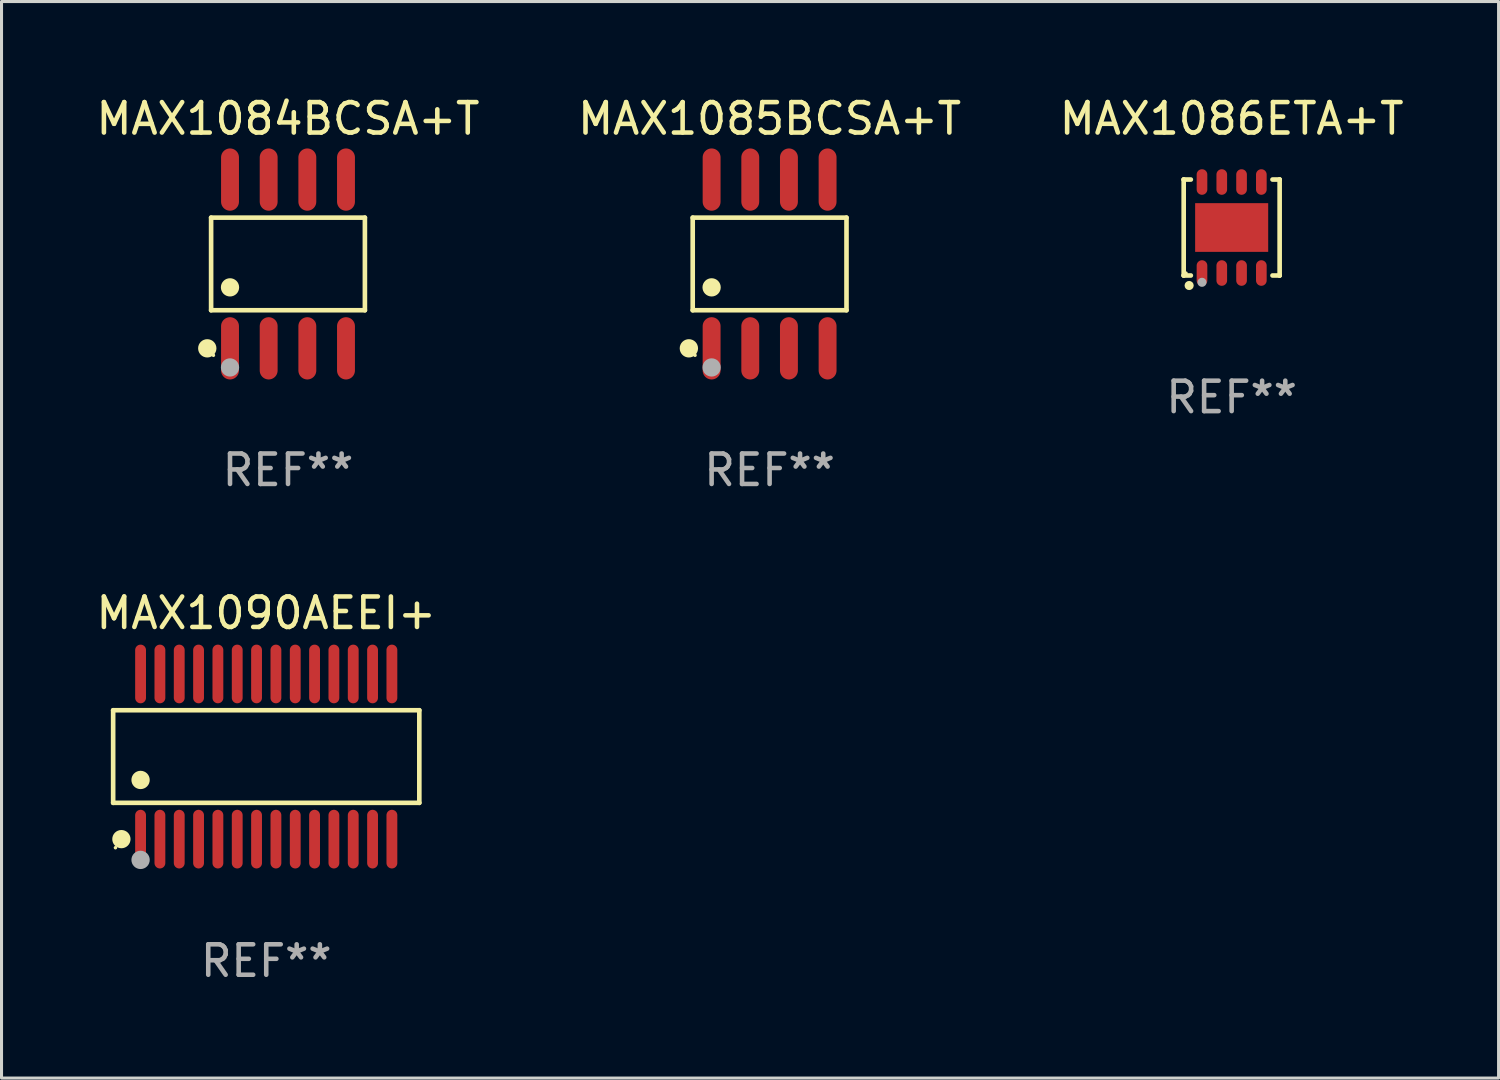
<source format=kicad_pcb>
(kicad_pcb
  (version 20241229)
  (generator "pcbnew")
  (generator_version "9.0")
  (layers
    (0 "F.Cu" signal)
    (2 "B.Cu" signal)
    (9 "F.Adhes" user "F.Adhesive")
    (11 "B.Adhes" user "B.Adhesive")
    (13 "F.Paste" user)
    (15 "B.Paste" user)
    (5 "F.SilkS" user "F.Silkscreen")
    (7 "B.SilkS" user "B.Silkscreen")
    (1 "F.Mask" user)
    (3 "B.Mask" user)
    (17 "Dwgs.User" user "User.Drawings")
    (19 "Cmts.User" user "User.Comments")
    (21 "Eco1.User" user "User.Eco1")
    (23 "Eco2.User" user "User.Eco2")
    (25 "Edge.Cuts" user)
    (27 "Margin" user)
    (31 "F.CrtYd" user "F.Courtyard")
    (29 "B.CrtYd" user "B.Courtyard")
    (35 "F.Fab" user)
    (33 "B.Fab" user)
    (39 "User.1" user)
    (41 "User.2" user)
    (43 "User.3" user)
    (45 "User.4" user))
  (footprint "MAX1085BCSA+T"
    (layer "F.Cu")
    (at 22.232 5.621)
    (property "Reference" "MAX1085BCSA+T" (at 0 -4.772 0) (layer "F.SilkS") (effects (font (size 1 1) (thickness 0.15))))
    (attr through_hole)
    (fp_line (start -2.526 -1.521) (end 2.526 -1.521) (stroke (width 0.152) (type solid)) (layer "F.SilkS"))
    (fp_line (start -2.526 1.521) (end -2.526 -1.521) (stroke (width 0.152) (type solid)) (layer "F.SilkS"))
    (fp_line (start 2.526 -1.521) (end 2.526 1.521) (stroke (width 0.152) (type solid)) (layer "F.SilkS"))
    (fp_line (start 2.526 1.521) (end -2.526 1.521) (stroke (width 0.152) (type solid)) (layer "F.SilkS"))
    (fp_circle (center -2.652 2.772) (end -2.501 2.772) (stroke (width 0.3) (type solid)) (fill no) (layer "F.SilkS"))
    (fp_circle (center -2.45 3) (end -2.42 3) (stroke (width 0.06) (type solid)) (fill no) (layer "F.SilkS"))
    (fp_circle (center -1.905 0.769) (end -1.755 0.769) (stroke (width 0.3) (type solid)) (fill no) (layer "F.SilkS"))
    (fp_circle (center -1.905 3.4) (end -1.755 3.4) (stroke (width 0.3) (type solid)) (fill no) (layer "F.Fab"))
    (fp_text user "REF**" (at 0 6.772 0) (layer "F.Fab") (effects (font (size 1 1) (thickness 0.15))))
    (pad "1" smd oval (at -1.905 2.772) (size 0.588 2.045) (layers "F.Cu" "F.Mask" "F.Paste"))
    (pad "2" smd oval (at -0.635 2.772) (size 0.588 2.045) (layers "F.Cu" "F.Mask" "F.Paste"))
    (pad "3" smd oval (at 0.635 2.772) (size 0.588 2.045) (layers "F.Cu" "F.Mask" "F.Paste"))
    (pad "4" smd oval (at 1.905 2.772) (size 0.588 2.045) (layers "F.Cu" "F.Mask" "F.Paste"))
    (pad "5" smd oval (at 1.905 -2.772) (size 0.588 2.045) (layers "F.Cu" "F.Mask" "F.Paste"))
    (pad "6" smd oval (at 0.635 -2.772) (size 0.588 2.045) (layers "F.Cu" "F.Mask" "F.Paste"))
    (pad "7" smd oval (at -0.635 -2.772) (size 0.588 2.045) (layers "F.Cu" "F.Mask" "F.Paste"))
    (pad "8" smd oval (at -1.905 -2.772) (size 0.588 2.045) (layers "F.Cu" "F.Mask" "F.Paste")))
  (footprint "MAX1084BCSA+T"
    (layer "F.Cu")
    (at 6.411 5.621)
    (property "Reference" "MAX1084BCSA+T" (at 0 -4.772 0) (layer "F.SilkS") (effects (font (size 1 1) (thickness 0.15))))
    (attr through_hole)
    (fp_line (start -2.526 -1.521) (end 2.526 -1.521) (stroke (width 0.152) (type solid)) (layer "F.SilkS"))
    (fp_line (start -2.526 1.521) (end -2.526 -1.521) (stroke (width 0.152) (type solid)) (layer "F.SilkS"))
    (fp_line (start 2.526 -1.521) (end 2.526 1.521) (stroke (width 0.152) (type solid)) (layer "F.SilkS"))
    (fp_line (start 2.526 1.521) (end -2.526 1.521) (stroke (width 0.152) (type solid)) (layer "F.SilkS"))
    (fp_circle (center -2.652 2.772) (end -2.501 2.772) (stroke (width 0.3) (type solid)) (fill no) (layer "F.SilkS"))
    (fp_circle (center -2.45 3) (end -2.42 3) (stroke (width 0.06) (type solid)) (fill no) (layer "F.SilkS"))
    (fp_circle (center -1.905 0.769) (end -1.755 0.769) (stroke (width 0.3) (type solid)) (fill no) (layer "F.SilkS"))
    (fp_circle (center -1.905 3.4) (end -1.755 3.4) (stroke (width 0.3) (type solid)) (fill no) (layer "F.Fab"))
    (fp_text user "REF**" (at 0 6.772 0) (layer "F.Fab") (effects (font (size 1 1) (thickness 0.15))))
    (pad "1" smd oval (at -1.905 2.772) (size 0.588 2.045) (layers "F.Cu" "F.Mask" "F.Paste"))
    (pad "2" smd oval (at -0.635 2.772) (size 0.588 2.045) (layers "F.Cu" "F.Mask" "F.Paste"))
    (pad "3" smd oval (at 0.635 2.772) (size 0.588 2.045) (layers "F.Cu" "F.Mask" "F.Paste"))
    (pad "4" smd oval (at 1.905 2.772) (size 0.588 2.045) (layers "F.Cu" "F.Mask" "F.Paste"))
    (pad "5" smd oval (at 1.905 -2.772) (size 0.588 2.045) (layers "F.Cu" "F.Mask" "F.Paste"))
    (pad "6" smd oval (at 0.635 -2.772) (size 0.588 2.045) (layers "F.Cu" "F.Mask" "F.Paste"))
    (pad "7" smd oval (at -0.635 -2.772) (size 0.588 2.045) (layers "F.Cu" "F.Mask" "F.Paste"))
    (pad "8" smd oval (at -1.905 -2.772) (size 0.588 2.045) (layers "F.Cu" "F.Mask" "F.Paste")))
  (footprint "MAX1090AEEI+"
    (layer "F.Cu")
    (at 5.696 21.803)
    (property "Reference" "MAX1090AEEI+" (at 0 -4.713 0) (layer "F.SilkS") (effects (font (size 1 1) (thickness 0.15))))
    (attr through_hole)
    (fp_line (start -5.029 -1.521) (end 5.029 -1.521) (stroke (width 0.152) (type solid)) (layer "F.SilkS"))
    (fp_line (start -5.029 1.521) (end -5.029 -1.521) (stroke (width 0.152) (type solid)) (layer "F.SilkS"))
    (fp_line (start 5.029 -1.521) (end 5.029 1.521) (stroke (width 0.152) (type solid)) (layer "F.SilkS"))
    (fp_line (start 5.029 1.521) (end -5.029 1.521) (stroke (width 0.152) (type solid)) (layer "F.SilkS"))
    (fp_circle (center -4.953 2.995) (end -4.923 2.995) (stroke (width 0.06) (type solid)) (fill no) (layer "F.SilkS"))
    (fp_circle (center -4.758 2.713) (end -4.608 2.713) (stroke (width 0.3) (type solid)) (fill no) (layer "F.SilkS"))
    (fp_circle (center -4.128 0.769) (end -3.977 0.769) (stroke (width 0.3) (type solid)) (fill no) (layer "F.SilkS"))
    (fp_circle (center -4.128 3.395) (end -3.977 3.395) (stroke (width 0.3) (type solid)) (fill no) (layer "F.Fab"))
    (fp_text user "REF**" (at 0 6.713 0) (layer "F.Fab") (effects (font (size 1 1) (thickness 0.15))))
    (pad "1" smd oval (at -4.128 2.713) (size 0.356 1.927) (layers "F.Cu" "F.Mask" "F.Paste"))
    (pad "2" smd oval (at -3.493 2.713) (size 0.356 1.927) (layers "F.Cu" "F.Mask" "F.Paste"))
    (pad "3" smd oval (at -2.858 2.713) (size 0.356 1.927) (layers "F.Cu" "F.Mask" "F.Paste"))
    (pad "4" smd oval (at -2.223 2.713) (size 0.356 1.927) (layers "F.Cu" "F.Mask" "F.Paste"))
    (pad "5" smd oval (at -1.588 2.713) (size 0.356 1.927) (layers "F.Cu" "F.Mask" "F.Paste"))
    (pad "6" smd oval (at -0.953 2.713) (size 0.356 1.927) (layers "F.Cu" "F.Mask" "F.Paste"))
    (pad "7" smd oval (at -0.318 2.713) (size 0.356 1.927) (layers "F.Cu" "F.Mask" "F.Paste"))
    (pad "8" smd oval (at 0.318 2.713) (size 0.356 1.927) (layers "F.Cu" "F.Mask" "F.Paste"))
    (pad "9" smd oval (at 0.953 2.713) (size 0.356 1.927) (layers "F.Cu" "F.Mask" "F.Paste"))
    (pad "10" smd oval (at 1.588 2.713) (size 0.356 1.927) (layers "F.Cu" "F.Mask" "F.Paste"))
    (pad "11" smd oval (at 2.223 2.713) (size 0.356 1.927) (layers "F.Cu" "F.Mask" "F.Paste"))
    (pad "12" smd oval (at 2.858 2.713) (size 0.356 1.927) (layers "F.Cu" "F.Mask" "F.Paste"))
    (pad "13" smd oval (at 3.493 2.713) (size 0.356 1.927) (layers "F.Cu" "F.Mask" "F.Paste"))
    (pad "14" smd oval (at 4.128 2.713) (size 0.356 1.927) (layers "F.Cu" "F.Mask" "F.Paste"))
    (pad "15" smd oval (at 4.128 -2.713) (size 0.356 1.927) (layers "F.Cu" "F.Mask" "F.Paste"))
    (pad "16" smd oval (at 3.493 -2.713) (size 0.356 1.927) (layers "F.Cu" "F.Mask" "F.Paste"))
    (pad "17" smd oval (at 2.858 -2.713) (size 0.356 1.927) (layers "F.Cu" "F.Mask" "F.Paste"))
    (pad "18" smd oval (at 2.223 -2.713) (size 0.356 1.927) (layers "F.Cu" "F.Mask" "F.Paste"))
    (pad "19" smd oval (at 1.588 -2.713) (size 0.356 1.927) (layers "F.Cu" "F.Mask" "F.Paste"))
    (pad "20" smd oval (at 0.953 -2.713) (size 0.356 1.927) (layers "F.Cu" "F.Mask" "F.Paste"))
    (pad "21" smd oval (at 0.318 -2.713) (size 0.356 1.927) (layers "F.Cu" "F.Mask" "F.Paste"))
    (pad "22" smd oval (at -0.318 -2.713) (size 0.356 1.927) (layers "F.Cu" "F.Mask" "F.Paste"))
    (pad "23" smd oval (at -0.953 -2.713) (size 0.356 1.927) (layers "F.Cu" "F.Mask" "F.Paste"))
    (pad "24" smd oval (at -1.588 -2.713) (size 0.356 1.927) (layers "F.Cu" "F.Mask" "F.Paste"))
    (pad "25" smd oval (at -2.223 -2.713) (size 0.356 1.927) (layers "F.Cu" "F.Mask" "F.Paste"))
    (pad "26" smd oval (at -2.858 -2.713) (size 0.356 1.927) (layers "F.Cu" "F.Mask" "F.Paste"))
    (pad "27" smd oval (at -3.493 -2.713) (size 0.356 1.927) (layers "F.Cu" "F.Mask" "F.Paste"))
    (pad "28" smd oval (at -4.128 -2.713) (size 0.356 1.927) (layers "F.Cu" "F.Mask" "F.Paste")))
  (footprint "MAX1086ETA+T"
    (layer "F.Cu")
    (at 37.411 4.424)
    (property "Reference" "MAX1086ETA+T" (at 0 -3.576 0) (layer "F.SilkS") (effects (font (size 1 1) (thickness 0.15))))
    (attr through_hole)
    (fp_line (start -1.576 -1.576) (end -1.576 -1.576) (stroke (width 0.152) (type solid)) (layer "F.SilkS"))
    (fp_line (start -1.576 -1.576) (end -1.341 -1.576) (stroke (width 0.152) (type solid)) (layer "F.SilkS"))
    (fp_line (start -1.576 1.576) (end -1.576 -1.576) (stroke (width 0.152) (type solid)) (layer "F.SilkS"))
    (fp_line (start -1.576 1.576) (end -1.576 1.576) (stroke (width 0.152) (type solid)) (layer "F.SilkS"))
    (fp_line (start -1.341 1.576) (end -1.576 1.576) (stroke (width 0.152) (type solid)) (layer "F.SilkS"))
    (fp_line (start 1.341 1.576) (end 1.576 1.576) (stroke (width 0.152) (type solid)) (layer "F.SilkS"))
    (fp_line (start 1.576 -1.576) (end 1.341 -1.576) (stroke (width 0.152) (type solid)) (layer "F.SilkS"))
    (fp_line (start 1.576 -1.576) (end 1.576 -1.576) (stroke (width 0.152) (type solid)) (layer "F.SilkS"))
    (fp_line (start 1.576 1.576) (end 1.576 -1.576) (stroke (width 0.152) (type solid)) (layer "F.SilkS"))
    (fp_line (start 1.576 1.576) (end 1.576 1.576) (stroke (width 0.152) (type solid)) (layer "F.SilkS"))
    (fp_circle (center -1.5 1.5) (end -1.47 1.5) (stroke (width 0.06) (type solid)) (fill no) (layer "F.SilkS"))
    (fp_circle (center -1.397 1.905) (end -1.322 1.905) (stroke (width 0.15) (type solid)) (fill no) (layer "F.SilkS"))
    (fp_circle (center -0.975 1.8) (end -0.9 1.8) (stroke (width 0.15) (type solid)) (fill no) (layer "F.Fab"))
    (fp_text user "REF**" (at 0 5.576 0) (layer "F.Fab") (effects (font (size 1 1) (thickness 0.15))))
    (pad "1" smd oval (at -0.975 1.495) (size 0.35 0.84) (layers "F.Cu" "F.Mask" "F.Paste"))
    (pad "2" smd oval (at -0.325 1.495) (size 0.35 0.84) (layers "F.Cu" "F.Mask" "F.Paste"))
    (pad "3" smd oval (at 0.325 1.495) (size 0.35 0.84) (layers "F.Cu" "F.Mask" "F.Paste"))
    (pad "4" smd oval (at 0.975 1.495) (size 0.35 0.84) (layers "F.Cu" "F.Mask" "F.Paste"))
    (pad "5" smd oval (at 0.975 -1.495) (size 0.35 0.84) (layers "F.Cu" "F.Mask" "F.Paste"))
    (pad "6" smd oval (at 0.325 -1.495) (size 0.35 0.84) (layers "F.Cu" "F.Mask" "F.Paste"))
    (pad "7" smd oval (at -0.325 -1.495) (size 0.35 0.84) (layers "F.Cu" "F.Mask" "F.Paste"))
    (pad "8" smd oval (at -0.975 -1.495) (size 0.35 0.84) (layers "F.Cu" "F.Mask" "F.Paste"))
    (pad "9" smd rect (at 0 0) (size 2.4 1.6) (layers "F.Cu" "F.Mask" "F.Paste")))
  (gr_rect
    (start -3 -3)
    (end 46.179 32.365)
    (stroke (width 0.1) (type default))
    (fill no)
    (layer "Edge.Cuts")))
</source>
